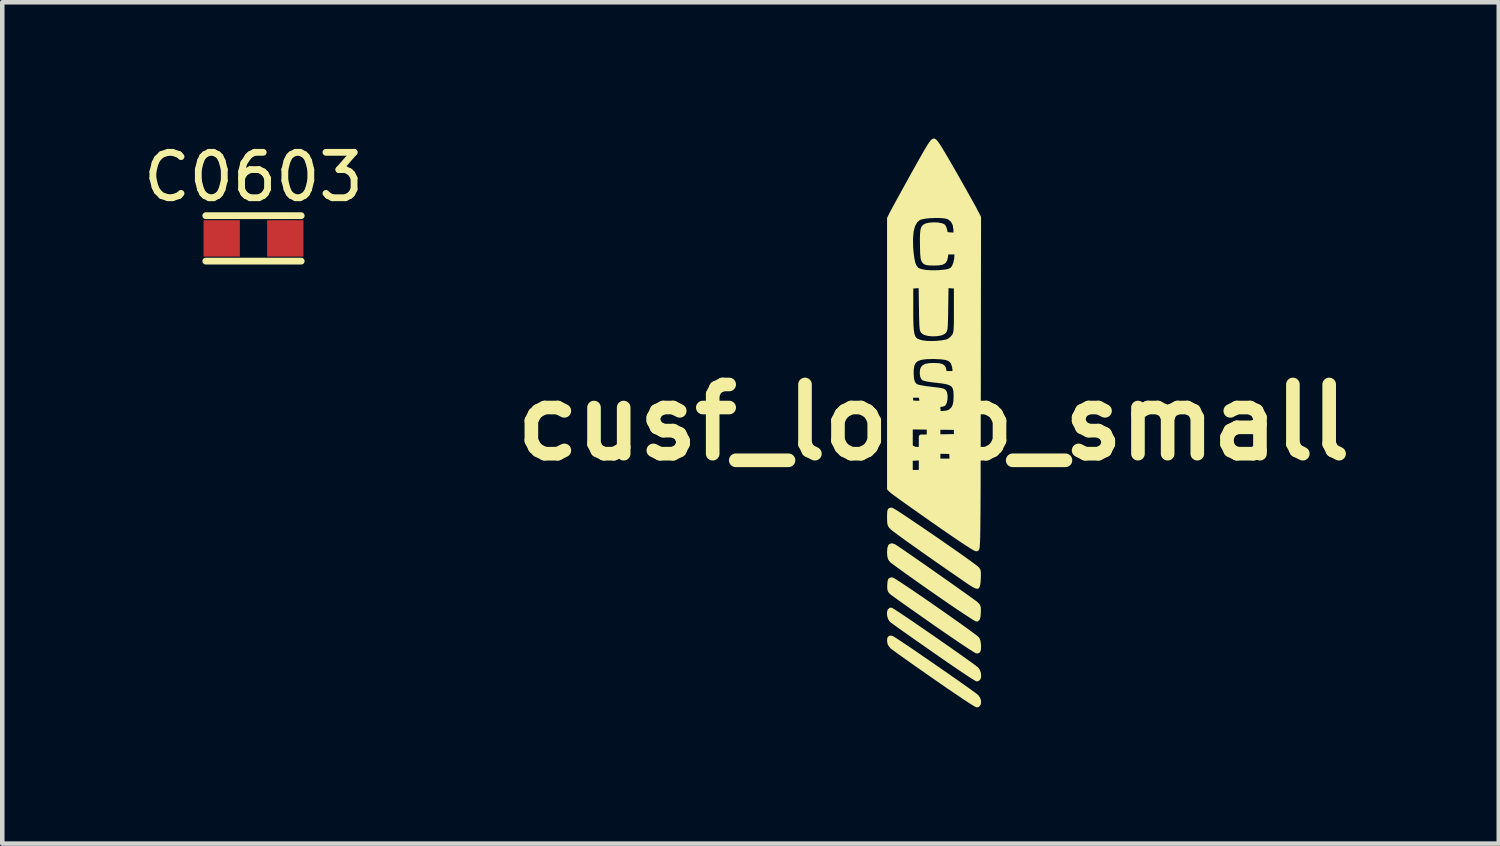
<source format=kicad_pcb>
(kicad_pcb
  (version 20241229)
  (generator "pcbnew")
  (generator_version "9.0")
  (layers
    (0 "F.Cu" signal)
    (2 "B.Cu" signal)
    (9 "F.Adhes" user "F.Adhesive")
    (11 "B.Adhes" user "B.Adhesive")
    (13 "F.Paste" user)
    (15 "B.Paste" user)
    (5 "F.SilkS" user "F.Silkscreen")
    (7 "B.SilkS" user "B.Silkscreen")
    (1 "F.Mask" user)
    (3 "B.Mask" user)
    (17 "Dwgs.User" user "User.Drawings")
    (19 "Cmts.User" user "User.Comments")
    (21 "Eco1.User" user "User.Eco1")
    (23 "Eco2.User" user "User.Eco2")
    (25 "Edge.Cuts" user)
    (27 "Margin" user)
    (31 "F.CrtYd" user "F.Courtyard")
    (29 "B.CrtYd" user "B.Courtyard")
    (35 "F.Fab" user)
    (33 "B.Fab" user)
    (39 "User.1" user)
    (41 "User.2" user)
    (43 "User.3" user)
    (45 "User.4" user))
  (footprint "C0603"
    (layer "F.Cu")
    (at 1.83 2.198)
    (property "Reference" "C0603" (at 0.7 -1.35 0) (layer "F.SilkS") (effects (font (size 1 1) (thickness 0.15))))
    (attr through_hole)
    (fp_line (start -0.35 -0.5) (end 1.75 -0.5) (stroke (width 0.15) (type solid)) (layer "F.SilkS"))
    (fp_line (start 1.75 0.5) (end -0.35 0.5) (stroke (width 0.15) (type solid)) (layer "F.SilkS"))
    (pad "1" smd rect (at 0 0) (size 0.8 0.8) (layers "F.Cu" "F.Mask" "F.Paste"))
    (pad "2" smd rect (at 1.4 0) (size 0.8 0.8) (layers "F.Cu" "F.Mask" "F.Paste")))
  (footprint "cusf_logo_small"
    (layer "F.Cu")
    (at 17.501 6.248)
    (property "Reference" "cusf_logo_small" (at 0 0 0) (layer "F.SilkS") (effects (font (size 1.524 1.524) (thickness 0.3))))
    (attr through_hole)
    (fp_poly (pts (xy 0.996 6.139) (xy 0.993 6.188) (xy 0.973 6.218) (xy 0.955 6.223) (xy 0.93 6.211) (xy 0.874 6.177) (xy 0.791 6.124) (xy 0.683 6.053) (xy 0.554 5.966) (xy 0.407 5.867) (xy 0.247 5.757) (xy 0.076 5.639) (xy 0.029 5.606) (xy -0.145 5.485) (xy -0.311 5.369) (xy -0.463 5.262) (xy -0.6 5.165) (xy -0.716 5.082) (xy -0.809 5.015) (xy -0.876 4.966) (xy -0.912 4.939) (xy -0.915 4.936) (xy -0.962 4.874) (xy -0.974 4.809) (xy -0.97 4.761) (xy -0.954 4.744) (xy -0.926 4.746) (xy -0.901 4.759) (xy -0.846 4.794) (xy -0.764 4.847) (xy -0.66 4.917) (xy -0.536 5) (xy -0.398 5.094) (xy -0.25 5.196) (xy -0.095 5.302) (xy 0.063 5.412) (xy 0.22 5.52) (xy 0.371 5.626) (xy 0.514 5.725) (xy 0.642 5.816) (xy 0.754 5.895) (xy 0.845 5.961) (xy 0.91 6.009) (xy 0.946 6.038) (xy 0.947 6.039) (xy 0.98 6.085) (xy 0.996 6.139)) (stroke (width 0.1) (type solid)) (fill yes) (layer "F.SilkS"))
    (fp_poly (pts (xy 0.997 5.595) (xy 0.983 5.637) (xy 0.957 5.652) (xy 0.933 5.64) (xy 0.878 5.606) (xy 0.794 5.552) (xy 0.687 5.481) (xy 0.558 5.394) (xy 0.412 5.295) (xy 0.251 5.184) (xy 0.08 5.066) (xy 0.021 5.024) (xy -0.154 4.902) (xy -0.32 4.786) (xy -0.473 4.679) (xy -0.609 4.583) (xy -0.726 4.5) (xy -0.819 4.433) (xy -0.885 4.385) (xy -0.922 4.358) (xy -0.926 4.354) (xy -0.955 4.311) (xy -0.972 4.253) (xy -0.977 4.195) (xy -0.967 4.149) (xy -0.943 4.128) (xy -0.939 4.128) (xy -0.917 4.139) (xy -0.863 4.173) (xy -0.783 4.225) (xy -0.68 4.294) (xy -0.558 4.376) (xy -0.422 4.469) (xy -0.274 4.57) (xy -0.119 4.677) (xy 0.038 4.786) (xy 0.195 4.895) (xy 0.348 5.001) (xy 0.491 5.102) (xy 0.622 5.194) (xy 0.736 5.276) (xy 0.83 5.343) (xy 0.899 5.395) (xy 0.94 5.427) (xy 0.947 5.433) (xy 0.978 5.48) (xy 0.995 5.538) (xy 0.997 5.595)) (stroke (width 0.1) (type solid)) (fill yes) (layer "F.SilkS"))
    (fp_poly (pts (xy 0.995 4.926) (xy 0.993 4.992) (xy 0.984 5.026) (xy 0.964 5.037) (xy 0.956 5.038) (xy 0.931 5.026) (xy 0.876 4.992) (xy 0.792 4.938) (xy 0.684 4.867) (xy 0.556 4.78) (xy 0.409 4.681) (xy 0.248 4.571) (xy 0.077 4.452) (xy 0.019 4.412) (xy -0.156 4.289) (xy -0.321 4.173) (xy -0.474 4.066) (xy -0.61 3.97) (xy -0.727 3.887) (xy -0.82 3.82) (xy -0.886 3.772) (xy -0.923 3.744) (xy -0.927 3.74) (xy -0.956 3.707) (xy -0.969 3.665) (xy -0.97 3.602) (xy -0.969 3.578) (xy -0.964 3.51) (xy -0.954 3.475) (xy -0.935 3.463) (xy -0.919 3.462) (xy -0.893 3.474) (xy -0.837 3.508) (xy -0.755 3.561) (xy -0.65 3.631) (xy -0.526 3.713) (xy -0.388 3.807) (xy -0.239 3.909) (xy -0.084 4.016) (xy 0.074 4.126) (xy 0.231 4.235) (xy 0.382 4.342) (xy 0.524 4.442) (xy 0.653 4.534) (xy 0.765 4.615) (xy 0.856 4.682) (xy 0.921 4.732) (xy 0.958 4.763) (xy 0.963 4.769) (xy 0.983 4.82) (xy 0.994 4.896) (xy 0.995 4.926)) (stroke (width 0.1) (type solid)) (fill yes) (layer "F.SilkS"))
    (fp_poly (pts (xy 0.992 4.113) (xy 0.99 4.19) (xy 0.99 4.19) (xy 0.984 4.27) (xy 0.973 4.316) (xy 0.954 4.334) (xy 0.952 4.334) (xy 0.929 4.324) (xy 0.874 4.291) (xy 0.792 4.238) (xy 0.685 4.168) (xy 0.557 4.083) (xy 0.411 3.984) (xy 0.251 3.874) (xy 0.08 3.756) (xy 0.02 3.714) (xy -0.155 3.592) (xy -0.32 3.476) (xy -0.473 3.367) (xy -0.61 3.27) (xy -0.726 3.186) (xy -0.819 3.118) (xy -0.886 3.068) (xy -0.922 3.039) (xy -0.926 3.035) (xy -0.955 2.993) (xy -0.969 2.941) (xy -0.974 2.862) (xy -0.974 2.856) (xy -0.968 2.771) (xy -0.95 2.724) (xy -0.917 2.712) (xy -0.87 2.729) (xy -0.839 2.749) (xy -0.777 2.79) (xy -0.689 2.85) (xy -0.58 2.925) (xy -0.453 3.013) (xy -0.312 3.111) (xy -0.162 3.215) (xy -0.007 3.324) (xy 0.149 3.434) (xy 0.302 3.541) (xy 0.448 3.644) (xy 0.582 3.74) (xy 0.701 3.824) (xy 0.801 3.895) (xy 0.876 3.95) (xy 0.924 3.986) (xy 0.937 3.997) (xy 0.97 4.031) (xy 0.987 4.065) (xy 0.992 4.113)) (stroke (width 0.1) (type solid)) (fill yes) (layer "F.SilkS"))
    (fp_poly (pts (xy 0.992 3.363) (xy 0.99 3.431) (xy 0.984 3.522) (xy 0.974 3.585) (xy 0.962 3.613) (xy 0.96 3.613) (xy 0.933 3.606) (xy 0.881 3.579) (xy 0.814 3.537) (xy 0.791 3.522) (xy 0.584 3.379) (xy 0.377 3.237) (xy 0.175 3.096) (xy -0.019 2.961) (xy -0.203 2.832) (xy -0.372 2.712) (xy -0.524 2.604) (xy -0.655 2.51) (xy -0.763 2.431) (xy -0.844 2.371) (xy -0.894 2.332) (xy -0.905 2.322) (xy -0.94 2.286) (xy -0.96 2.254) (xy -0.97 2.212) (xy -0.973 2.147) (xy -0.974 2.091) (xy -0.973 2.009) (xy -0.969 1.959) (xy -0.96 1.935) (xy -0.942 1.927) (xy -0.926 1.927) (xy -0.902 1.939) (xy -0.847 1.972) (xy -0.765 2.024) (xy -0.661 2.093) (xy -0.538 2.175) (xy -0.401 2.268) (xy -0.253 2.368) (xy -0.098 2.474) (xy 0.06 2.582) (xy 0.217 2.691) (xy 0.368 2.796) (xy 0.51 2.895) (xy 0.639 2.986) (xy 0.751 3.066) (xy 0.841 3.132) (xy 0.907 3.181) (xy 0.938 3.206) (xy 0.967 3.234) (xy 0.984 3.262) (xy 0.991 3.301) (xy 0.992 3.363)) (stroke (width 0.1) (type solid)) (fill yes) (layer "F.SilkS"))
    (fp_poly (pts (xy 0.995 -4.512) (xy 0.99 -0.864) (xy 0.989 -0.404) (xy 0.988 0.016) (xy 0.988 0.397) (xy 0.987 0.742) (xy 0.986 1.052) (xy 0.986 1.329) (xy 0.985 1.574) (xy 0.984 1.79) (xy 0.983 1.979) (xy 0.981 2.143) (xy 0.98 2.282) (xy 0.978 2.4) (xy 0.977 2.498) (xy 0.974 2.578) (xy 0.972 2.641) (xy 0.969 2.69) (xy 0.966 2.727) (xy 0.963 2.753) (xy 0.959 2.77) (xy 0.955 2.781) (xy 0.95 2.786) (xy 0.945 2.788) (xy 0.942 2.788) (xy 0.915 2.777) (xy 0.855 2.743) (xy 0.764 2.685) (xy 0.644 2.607) (xy 0.508 2.515) (xy 0.508 -3.671) (xy 0.508 -3.747) (xy 0.394 -3.747) (xy 0.281 -3.747) (xy 0.269 -3.659) (xy 0.255 -3.59) (xy 0.23 -3.545) (xy 0.185 -3.519) (xy 0.114 -3.506) (xy 0.011 -3.503) (xy -0.078 -3.504) (xy -0.142 -3.51) (xy -0.188 -3.527) (xy -0.217 -3.56) (xy -0.235 -3.615) (xy -0.244 -3.699) (xy -0.248 -3.815) (xy -0.249 -3.901) (xy -0.251 -4.044) (xy -0.248 -4.151) (xy -0.24 -4.227) (xy -0.224 -4.279) (xy -0.198 -4.311) (xy -0.159 -4.331) (xy -0.107 -4.343) (xy -0.095 -4.346) (xy -0.00027 -4.354) (xy 0.094 -4.35) (xy 0.173 -4.335) (xy 0.209 -4.32) (xy 0.232 -4.288) (xy 0.249 -4.233) (xy 0.252 -4.22) (xy 0.261 -4.172) (xy 0.278 -4.147) (xy 0.313 -4.136) (xy 0.376 -4.132) (xy 0.487 -4.125) (xy 0.487 -4.238) (xy 0.471 -4.356) (xy 0.423 -4.448) (xy 0.346 -4.512) (xy 0.323 -4.522) (xy 0.255 -4.539) (xy 0.157 -4.548) (xy 0.043 -4.55) (xy -0.076 -4.545) (xy -0.186 -4.534) (xy -0.277 -4.516) (xy -0.322 -4.501) (xy -0.397 -4.44) (xy -0.452 -4.344) (xy -0.488 -4.211) (xy -0.503 -4.043) (xy -0.499 -3.841) (xy -0.489 -3.73) (xy -0.471 -3.595) (xy -0.448 -3.495) (xy -0.417 -3.424) (xy -0.376 -3.373) (xy -0.35 -3.353) (xy -0.279 -3.325) (xy -0.174 -3.306) (xy -0.043 -3.298) (xy 0.107 -3.3) (xy 0.268 -3.315) (xy 0.339 -3.331) (xy 0.399 -3.359) (xy 0.409 -3.366) (xy 0.451 -3.421) (xy 0.484 -3.505) (xy 0.504 -3.606) (xy 0.508 -3.671) (xy 0.508 2.515) (xy 0.497 2.508) (xy 0.497 0.307) (xy 0.497 0.212) (xy 0.497 0.116) (xy 0.497 -2.487) (xy 0.497 -2.995) (xy 0.389 -3.001) (xy 0.28 -3.008) (xy 0.272 -2.518) (xy 0.27 -2.362) (xy 0.267 -2.242) (xy 0.264 -2.154) (xy 0.26 -2.092) (xy 0.254 -2.05) (xy 0.245 -2.023) (xy 0.234 -2.005) (xy 0.219 -1.991) (xy 0.215 -1.988) (xy 0.158 -1.962) (xy 0.075 -1.948) (xy -0.019 -1.944) (xy -0.111 -1.952) (xy -0.185 -1.971) (xy -0.215 -1.988) (xy -0.231 -2.002) (xy -0.243 -2.018) (xy -0.252 -2.042) (xy -0.258 -2.08) (xy -0.263 -2.137) (xy -0.266 -2.218) (xy -0.269 -2.329) (xy -0.271 -2.475) (xy -0.272 -2.518) (xy -0.279 -3.008) (xy -0.388 -3.001) (xy -0.497 -2.995) (xy -0.497 -2.487) (xy -0.497 -2.299) (xy -0.493 -2.149) (xy -0.485 -2.031) (xy -0.471 -1.942) (xy -0.449 -1.876) (xy -0.418 -1.83) (xy -0.376 -1.798) (xy -0.321 -1.775) (xy -0.252 -1.757) (xy -0.239 -1.755) (xy -0.151 -1.744) (xy -0.043 -1.741) (xy 0.072 -1.745) (xy 0.182 -1.756) (xy 0.274 -1.772) (xy 0.329 -1.79) (xy 0.395 -1.836) (xy 0.449 -1.896) (xy 0.454 -1.905) (xy 0.468 -1.931) (xy 0.478 -1.96) (xy 0.486 -1.998) (xy 0.491 -2.051) (xy 0.495 -2.124) (xy 0.497 -2.223) (xy 0.497 -2.354) (xy 0.497 -2.487) (xy 0.497 0.116) (xy 0.491 0.116) (xy 0.491 -0.575) (xy 0.488 -0.676) (xy 0.473 -0.753) (xy 0.442 -0.811) (xy 0.39 -0.853) (xy 0.311 -0.884) (xy 0.201 -0.905) (xy 0.055 -0.923) (xy 0.025 -0.926) (xy -0.069 -0.937) (xy -0.149 -0.951) (xy -0.204 -0.965) (xy -0.222 -0.973) (xy -0.245 -1.015) (xy -0.254 -1.084) (xy -0.254 -1.089) (xy -0.247 -1.161) (xy -0.222 -1.209) (xy -0.173 -1.239) (xy -0.093 -1.254) (xy 0.002 -1.258) (xy 0.106 -1.254) (xy 0.175 -1.239) (xy 0.214 -1.209) (xy 0.231 -1.16) (xy 0.233 -1.128) (xy 0.236 -1.1) (xy 0.254 -1.086) (xy 0.296 -1.08) (xy 0.349 -1.079) (xy 0.466 -1.079) (xy 0.466 -1.159) (xy 0.455 -1.234) (xy 0.431 -1.308) (xy 0.429 -1.312) (xy 0.394 -1.362) (xy 0.343 -1.399) (xy 0.27 -1.423) (xy 0.168 -1.438) (xy 0.033 -1.444) (xy -0.011 -1.445) (xy -0.168 -1.441) (xy -0.288 -1.424) (xy -0.375 -1.39) (xy -0.435 -1.337) (xy -0.471 -1.262) (xy -0.487 -1.16) (xy -0.489 -1.08) (xy -0.481 -0.959) (xy -0.457 -0.873) (xy -0.414 -0.815) (xy -0.382 -0.794) (xy -0.338 -0.78) (xy -0.264 -0.764) (xy -0.173 -0.749) (xy -0.116 -0.742) (xy 0.011 -0.727) (xy 0.102 -0.716) (xy 0.165 -0.705) (xy 0.204 -0.695) (xy 0.227 -0.681) (xy 0.24 -0.664) (xy 0.249 -0.64) (xy 0.25 -0.636) (xy 0.259 -0.579) (xy 0.256 -0.509) (xy 0.242 -0.445) (xy 0.222 -0.406) (xy 0.192 -0.396) (xy 0.132 -0.389) (xy 0.053 -0.385) (xy -0.032 -0.385) (xy -0.111 -0.388) (xy -0.172 -0.394) (xy -0.195 -0.4) (xy -0.237 -0.426) (xy -0.26 -0.471) (xy -0.267 -0.507) (xy -0.281 -0.593) (xy -0.396 -0.593) (xy -0.512 -0.593) (xy -0.497 -0.482) (xy -0.477 -0.377) (xy -0.446 -0.305) (xy -0.398 -0.256) (xy -0.326 -0.221) (xy -0.326 -0.221) (xy -0.271 -0.206) (xy -0.195 -0.198) (xy -0.091 -0.195) (xy 0.036 -0.196) (xy 0.154 -0.199) (xy 0.237 -0.204) (xy 0.295 -0.212) (xy 0.335 -0.223) (xy 0.366 -0.239) (xy 0.375 -0.246) (xy 0.43 -0.298) (xy 0.465 -0.362) (xy 0.485 -0.448) (xy 0.491 -0.565) (xy 0.491 -0.575) (xy 0.491 0.116) (xy -0.005 0.111) (xy -0.508 0.105) (xy -0.508 0.73) (xy -0.508 1.355) (xy -0.392 1.355) (xy -0.275 1.355) (xy -0.275 1.101) (xy -0.275 0.847) (xy 0.065 0.847) (xy 0.404 0.847) (xy 0.398 0.746) (xy 0.392 0.646) (xy 0.058 0.64) (xy -0.275 0.634) (xy -0.275 0.476) (xy -0.275 0.318) (xy 0.111 0.313) (xy 0.497 0.307) (xy 0.497 2.508) (xy 0.497 2.508) (xy 0.325 2.39) (xy 0.128 2.254) (xy 0.021 2.179) (xy -0.152 2.058) (xy -0.317 1.942) (xy -0.468 1.835) (xy -0.604 1.739) (xy -0.72 1.656) (xy -0.812 1.589) (xy -0.877 1.541) (xy -0.912 1.514) (xy -0.915 1.511) (xy -0.974 1.457) (xy -0.974 -1.516) (xy -0.974 -4.489) (xy -0.919 -4.599) (xy -0.896 -4.642) (xy -0.856 -4.717) (xy -0.8 -4.82) (xy -0.731 -4.945) (xy -0.652 -5.089) (xy -0.565 -5.246) (xy -0.473 -5.412) (xy -0.449 -5.457) (xy -0.343 -5.646) (xy -0.256 -5.801) (xy -0.185 -5.926) (xy -0.128 -6.022) (xy -0.084 -6.094) (xy -0.05 -6.144) (xy -0.025 -6.176) (xy -0.006 -6.193) (xy 0.008 -6.198) (xy 0.01 -6.197) (xy 0.028 -6.186) (xy 0.056 -6.152) (xy 0.096 -6.095) (xy 0.149 -6.011) (xy 0.217 -5.898) (xy 0.302 -5.754) (xy 0.405 -5.575) (xy 0.428 -5.535) (xy 0.52 -5.374) (xy 0.609 -5.217) (xy 0.693 -5.068) (xy 0.767 -4.935) (xy 0.83 -4.823) (xy 0.877 -4.738) (xy 0.899 -4.696) (xy 0.995 -4.512)) (stroke (width 0.1) (type solid)) (fill yes) (layer "F.SilkS")))
  (gr_rect
    (start -3 -3)
    (end 29.943 15.521)
    (stroke (width 0.1) (type default))
    (fill no)
    (layer "Edge.Cuts")))
</source>
